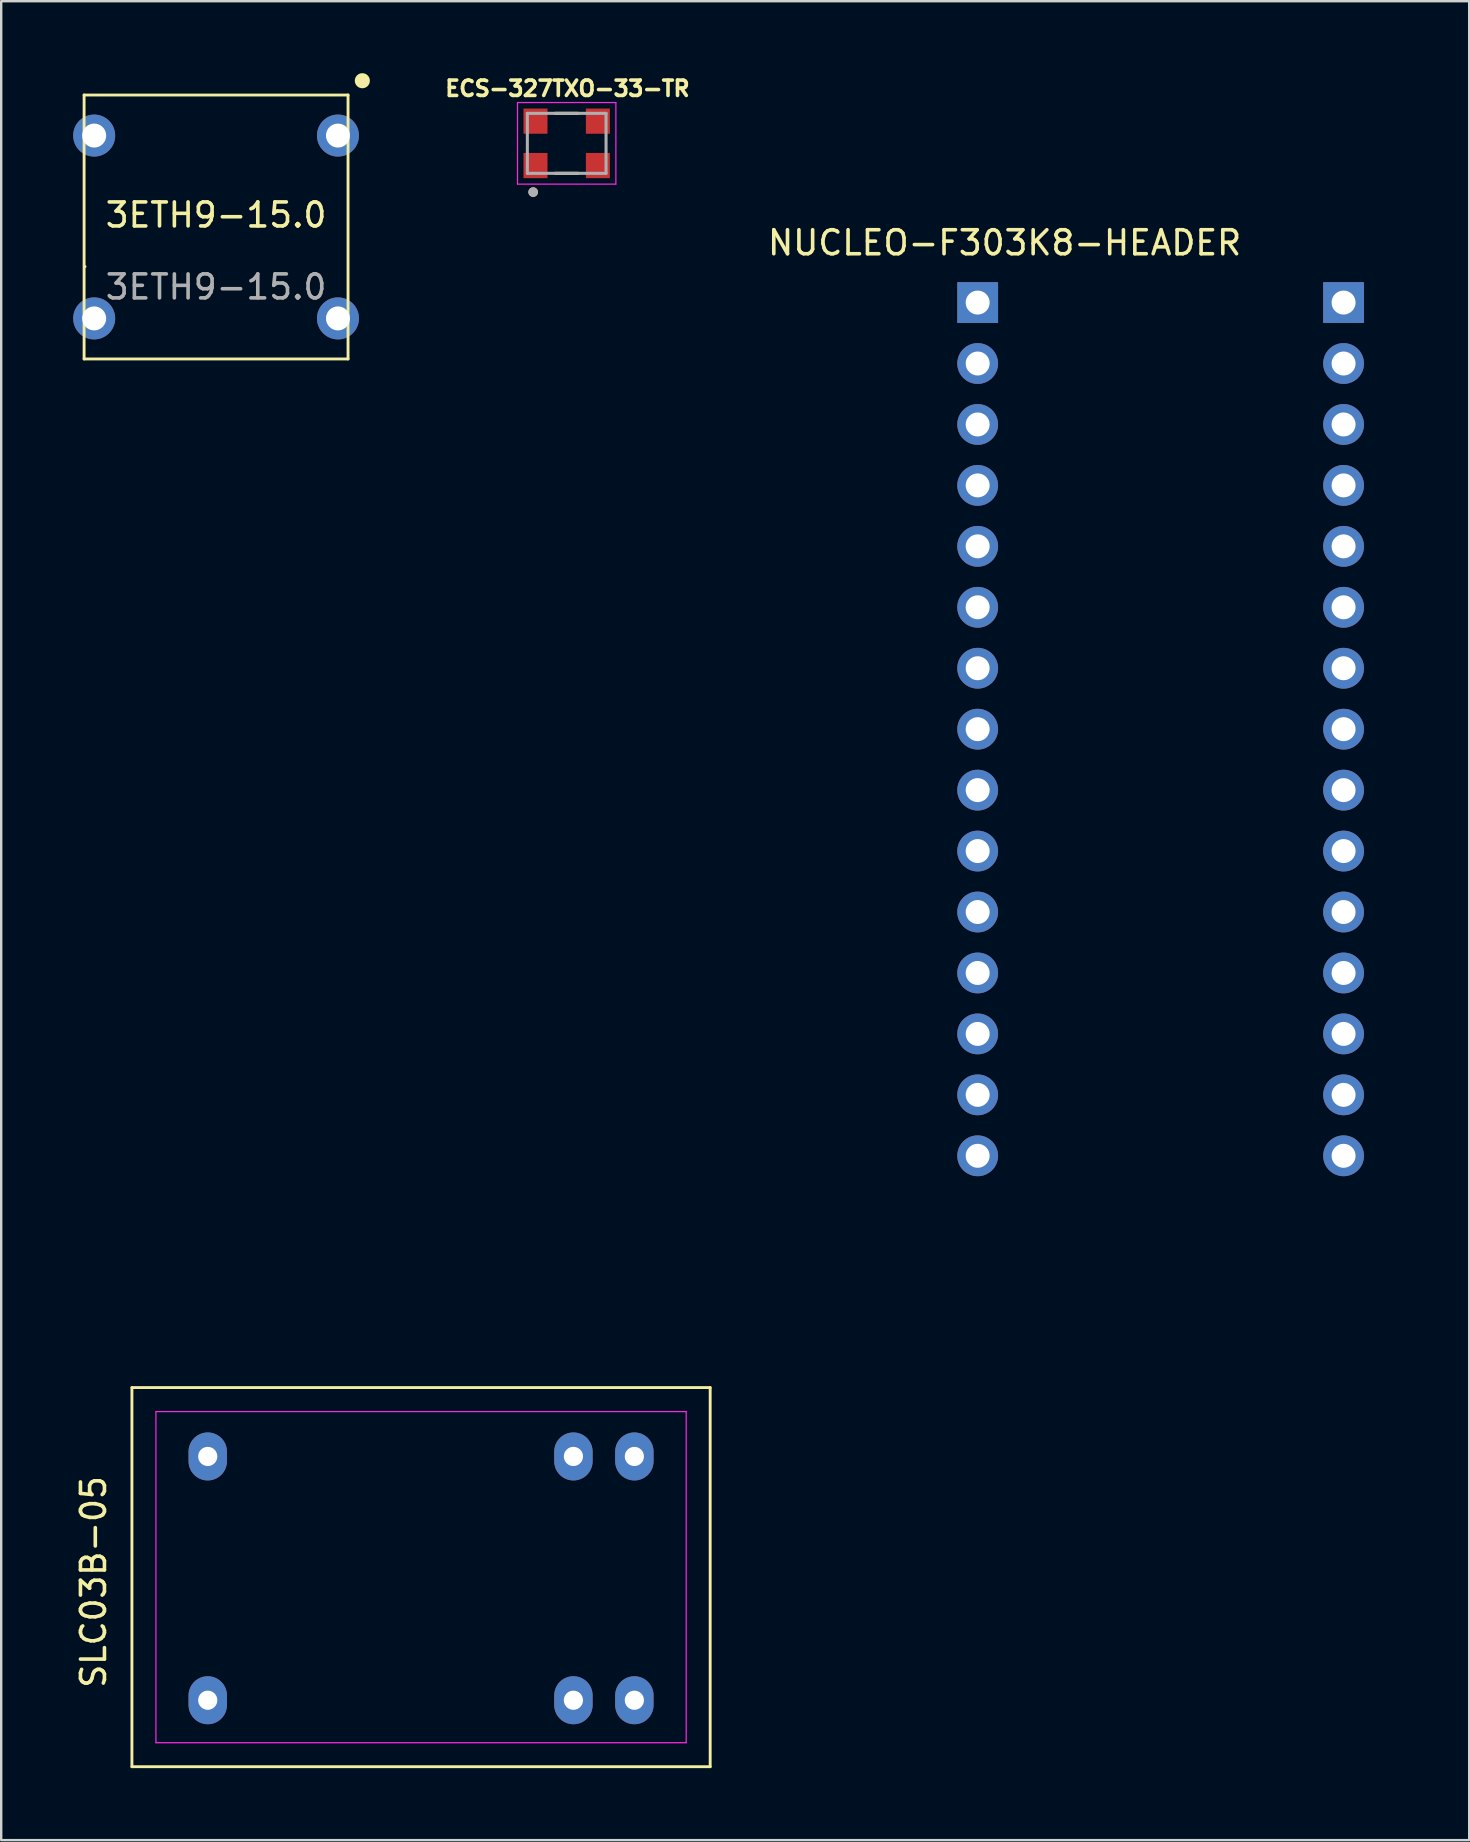
<source format=kicad_pcb>
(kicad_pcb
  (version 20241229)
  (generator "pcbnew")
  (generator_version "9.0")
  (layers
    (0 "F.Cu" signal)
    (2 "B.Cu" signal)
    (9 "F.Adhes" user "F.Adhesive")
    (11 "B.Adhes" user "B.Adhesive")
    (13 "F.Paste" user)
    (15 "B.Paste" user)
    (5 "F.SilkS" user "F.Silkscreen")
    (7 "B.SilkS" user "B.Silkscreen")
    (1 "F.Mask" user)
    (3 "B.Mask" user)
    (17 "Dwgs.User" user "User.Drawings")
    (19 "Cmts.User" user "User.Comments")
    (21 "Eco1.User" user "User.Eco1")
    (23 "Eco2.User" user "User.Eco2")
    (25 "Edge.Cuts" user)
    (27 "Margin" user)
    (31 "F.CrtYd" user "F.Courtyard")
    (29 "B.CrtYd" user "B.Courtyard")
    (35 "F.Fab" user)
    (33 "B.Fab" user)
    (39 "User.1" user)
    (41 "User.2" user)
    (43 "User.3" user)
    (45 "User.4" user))
  (footprint "SLC03B-05"
    (layer "F.Cu")
    (at 3.448 69.58)
    (property "Reference" "SLC03B-05" (at -2.6 -6.7 90) (layer "F.SilkS") (effects (font (size 1 1) (thickness 0.15))))
    (attr through_hole)
    (fp_line (start -1 -14.8) (end -1 1) (stroke (width 0.12) (type solid)) (layer "F.SilkS"))
    (fp_line (start -1 1) (end 23.1 1) (stroke (width 0.12) (type solid)) (layer "F.SilkS"))
    (fp_line (start 23.1 -14.8) (end -1 -14.8) (stroke (width 0.12) (type solid)) (layer "F.SilkS"))
    (fp_line (start 23.1 1) (end 23.1 -14.8) (stroke (width 0.12) (type solid)) (layer "F.SilkS"))
    (fp_line (start 0 -13.8) (end 0 0) (stroke (width 0.05) (type solid)) (layer "F.CrtYd"))
    (fp_line (start 22.1 -13.8) (end 0 -13.8) (stroke (width 0.05) (type solid)) (layer "F.CrtYd"))
    (fp_line (start 22.1 0) (end 0 0) (stroke (width 0.05) (type solid)) (layer "F.CrtYd"))
    (fp_line (start 22.1 0) (end 22.1 -13.8) (stroke (width 0.05) (type solid)) (layer "F.CrtYd"))
    (pad "1" thru_hole oval (at 2.16 -1.77) (size 1.6 2) (drill 0.8) (layers "*.Cu" "*.Mask"))
    (pad "7" thru_hole oval (at 17.4 -1.77) (size 1.6 2) (drill 0.8) (layers "*.Cu" "*.Mask"))
    (pad "8" thru_hole oval (at 19.94 -1.77) (size 1.6 2) (drill 0.8) (layers "*.Cu" "*.Mask"))
    (pad "9" thru_hole oval (at 19.94 -11.93) (size 1.6 2) (drill 0.8) (layers "*.Cu" "*.Mask"))
    (pad "10" thru_hole oval (at 17.4 -11.93) (size 1.6 2) (drill 0.8) (layers "*.Cu" "*.Mask"))
    (pad "16" thru_hole oval (at 2.16 -11.93) (size 1.6 2) (drill 0.8) (layers "*.Cu" "*.Mask")))
  (footprint "3ETH9-15.0"
    (layer "F.Cu")
    (at 5.955 6.41)
    (property "Reference" "3ETH9-15.0" (at 0 -0.5 0) (unlocked yes) (layer "F.SilkS") (effects (font (size 1 1) (thickness 0.15))))
    (attr through_hole)
    (fp_line (start -5.5 -5.5) (end -5.5 5.5) (stroke (width 0.12) (type default)) (layer "F.SilkS"))
    (fp_line (start -5.5 -5.5) (end 5.5 -5.5) (stroke (width 0.12) (type default)) (layer "F.SilkS"))
    (fp_line (start -5.5 5.5) (end 5.5 5.5) (stroke (width 0.12) (type default)) (layer "F.SilkS"))
    (fp_line (start -5.461 1.651) (end -5.461 1.651) (stroke (width 0.12) (type default)) (layer "F.SilkS"))
    (fp_line (start 5.5 -5.5) (end 5.5 5.5) (stroke (width 0.12) (type default)) (layer "F.SilkS"))
    (fp_circle (center 6.096 -6.096) (end 6.35 -6.096) (stroke (width 0.12) (type solid)) (fill yes) (layer "F.SilkS"))
    (fp_text user "${REFERENCE}" (at 0 2.5 0) (unlocked yes) (layer "F.Fab") (effects (font (size 1 1) (thickness 0.15))))
    (pad "1" thru_hole circle (at 5.08 -3.81) (size 1.75 1.75) (drill 1) (layers "*.Cu" "*.Mask"))
    (pad "2" thru_hole circle (at -5.08 -3.81) (size 1.75 1.75) (drill 1) (layers "*.Cu" "*.Mask"))
    (pad "3" thru_hole circle (at 5.08 3.81) (size 1.75 1.75) (drill 1) (layers "*.Cu" "*.Mask"))
    (pad "4" thru_hole circle (at -5.08 3.81) (size 1.75 1.75) (drill 1) (layers "*.Cu" "*.Mask")))
  (footprint "NUCLEO-F303K8-HEADER"
    (layer "F.Cu")
    (at 36.021 51.16)
    (property "Reference" "NUCLEO-F303K8-HEADER" (at 2.797 -44.091 0) (layer "F.SilkS") (effects (font (size 1 1) (thickness 0.15))))
    (attr through_hole)
    (fp_line (start 0 -50.6) (end 0 0) (stroke (width 0.12) (type solid)) (layer "Eco1.User"))
    (fp_line (start 0 0) (end 18.6 0) (stroke (width 0.12) (type solid)) (layer "Eco1.User"))
    (fp_line (start 18.6 -50.6) (end 0 -50.6) (stroke (width 0.12) (type solid)) (layer "Eco1.User"))
    (fp_line (start 18.6 0) (end 18.6 -50.6) (stroke (width 0.12) (type solid)) (layer "Eco1.User"))
    (fp_line (start -0.5 -51.1) (end -0.5 0.5) (stroke (width 0.12) (type solid)) (layer "User.1"))
    (fp_line (start -0.5 0.5) (end 19.1 0.5) (stroke (width 0.12) (type solid)) (layer "User.1"))
    (fp_line (start 19.1 -51.1) (end -0.5 -51.1) (stroke (width 0.12) (type solid)) (layer "User.1"))
    (fp_line (start 19.1 0.5) (end 19.1 -51.1) (stroke (width 0.12) (type solid)) (layer "User.1"))
    (pad "1" thru_hole rect (at 1.675 -41.6) (size 1.7 1.7) (drill 1) (layers "*.Cu" "*.Mask"))
    (pad "2" thru_hole circle (at 1.675 -39.06) (size 1.7 1.7) (drill 1) (layers "*.Cu" "*.Mask"))
    (pad "3" thru_hole circle (at 1.675 -36.52) (size 1.7 1.7) (drill 1) (layers "*.Cu" "*.Mask"))
    (pad "4" thru_hole circle (at 1.675 -33.98) (size 1.7 1.7) (drill 1) (layers "*.Cu" "*.Mask"))
    (pad "5" thru_hole circle (at 1.675 -31.44) (size 1.7 1.7) (drill 1) (layers "*.Cu" "*.Mask"))
    (pad "6" thru_hole circle (at 1.675 -28.9) (size 1.7 1.7) (drill 1) (layers "*.Cu" "*.Mask"))
    (pad "7" thru_hole circle (at 1.675 -26.36) (size 1.7 1.7) (drill 1) (layers "*.Cu" "*.Mask"))
    (pad "8" thru_hole circle (at 1.675 -23.82) (size 1.7 1.7) (drill 1) (layers "*.Cu" "*.Mask"))
    (pad "9" thru_hole circle (at 1.675 -21.28) (size 1.7 1.7) (drill 1) (layers "*.Cu" "*.Mask"))
    (pad "10" thru_hole circle (at 1.675 -18.74) (size 1.7 1.7) (drill 1) (layers "*.Cu" "*.Mask"))
    (pad "11" thru_hole circle (at 1.675 -16.2) (size 1.7 1.7) (drill 1) (layers "*.Cu" "*.Mask"))
    (pad "12" thru_hole circle (at 1.675 -13.66) (size 1.7 1.7) (drill 1) (layers "*.Cu" "*.Mask"))
    (pad "13" thru_hole circle (at 1.675 -11.12) (size 1.7 1.7) (drill 1) (layers "*.Cu" "*.Mask"))
    (pad "14" thru_hole circle (at 1.675 -8.58) (size 1.7 1.7) (drill 1) (layers "*.Cu" "*.Mask"))
    (pad "15" thru_hole circle (at 1.675 -6.04) (size 1.7 1.7) (drill 1) (layers "*.Cu" "*.Mask"))
    (pad "16" thru_hole rect (at 16.925 -41.6) (size 1.7 1.7) (drill 1) (layers "*.Cu" "*.Mask"))
    (pad "17" thru_hole circle (at 16.925 -39.06) (size 1.7 1.7) (drill 1) (layers "*.Cu" "*.Mask"))
    (pad "18" thru_hole circle (at 16.925 -36.52) (size 1.7 1.7) (drill 1) (layers "*.Cu" "*.Mask"))
    (pad "19" thru_hole circle (at 16.925 -33.98) (size 1.7 1.7) (drill 1) (layers "*.Cu" "*.Mask"))
    (pad "20" thru_hole circle (at 16.925 -31.44) (size 1.7 1.7) (drill 1) (layers "*.Cu" "*.Mask"))
    (pad "21" thru_hole circle (at 16.925 -28.9) (size 1.7 1.7) (drill 1) (layers "*.Cu" "*.Mask"))
    (pad "22" thru_hole circle (at 16.925 -26.36) (size 1.7 1.7) (drill 1) (layers "*.Cu" "*.Mask"))
    (pad "23" thru_hole circle (at 16.925 -23.82) (size 1.7 1.7) (drill 1) (layers "*.Cu" "*.Mask"))
    (pad "24" thru_hole circle (at 16.925 -21.28) (size 1.7 1.7) (drill 1) (layers "*.Cu" "*.Mask"))
    (pad "25" thru_hole circle (at 16.925 -18.74) (size 1.7 1.7) (drill 1) (layers "*.Cu" "*.Mask"))
    (pad "26" thru_hole circle (at 16.925 -16.2) (size 1.7 1.7) (drill 1) (layers "*.Cu" "*.Mask"))
    (pad "27" thru_hole circle (at 16.925 -13.66) (size 1.7 1.7) (drill 1) (layers "*.Cu" "*.Mask"))
    (pad "28" thru_hole circle (at 16.925 -11.12) (size 1.7 1.7) (drill 1) (layers "*.Cu" "*.Mask"))
    (pad "29" thru_hole circle (at 16.925 -8.58) (size 1.7 1.7) (drill 1) (layers "*.Cu" "*.Mask"))
    (pad "30" thru_hole circle (at 16.925 -6.04) (size 1.7 1.7) (drill 1) (layers "*.Cu" "*.Mask")))
  (footprint "ECS-327TXO-33-TR"
    (layer "F.Cu")
    (at 20.568 2.924)
    (property "Reference" "ECS-327TXO-33-TR" (at 0.032 -2.286 0) (layer "F.SilkS") (effects (font (size 0.64 0.64) (thickness 0.15))))
    (attr smd)
    (fp_line (start -0.48 -1.25) (end 0.48 -1.25) (stroke (width 0.127) (type solid)) (layer "F.SilkS"))
    (fp_line (start 0.48 1.25) (end -0.48 1.25) (stroke (width 0.127) (type solid)) (layer "F.SilkS"))
    (fp_circle (center -1.397 2.032) (end -1.297 2.032) (stroke (width 0.2) (type solid)) (fill no) (layer "F.SilkS"))
    (fp_line (start -2.05 -1.7) (end 2.05 -1.7) (stroke (width 0.05) (type solid)) (layer "F.CrtYd"))
    (fp_line (start -2.05 1.7) (end -2.05 -1.7) (stroke (width 0.05) (type solid)) (layer "F.CrtYd"))
    (fp_line (start 2.05 -1.7) (end 2.05 1.7) (stroke (width 0.05) (type solid)) (layer "F.CrtYd"))
    (fp_line (start 2.05 1.7) (end -2.05 1.7) (stroke (width 0.05) (type solid)) (layer "F.CrtYd"))
    (fp_line (start -1.64 -1.25) (end 1.64 -1.25) (stroke (width 0.127) (type solid)) (layer "F.Fab"))
    (fp_line (start -1.64 1.25) (end -1.64 -1.25) (stroke (width 0.127) (type solid)) (layer "F.Fab"))
    (fp_line (start 1.64 -1.25) (end 1.64 1.25) (stroke (width 0.127) (type solid)) (layer "F.Fab"))
    (fp_line (start 1.64 1.25) (end -1.64 1.25) (stroke (width 0.127) (type solid)) (layer "F.Fab"))
    (fp_circle (center -1.397 2.032) (end -1.297 2.032) (stroke (width 0.2) (type solid)) (fill no) (layer "F.Fab"))
    (pad "1" smd rect (at -1.3 0.925 90) (size 1.05 1) (layers "F.Cu" "F.Mask" "F.Paste"))
    (pad "2" smd rect (at 1.3 0.925 90) (size 1.05 1) (layers "F.Cu" "F.Mask" "F.Paste"))
    (pad "3" smd rect (at 1.3 -0.925 90) (size 1.05 1) (layers "F.Cu" "F.Mask" "F.Paste"))
    (pad "4" smd rect (at -1.3 -0.925 90) (size 1.05 1) (layers "F.Cu" "F.Mask" "F.Paste")))
  (gr_rect
    (start -3 -3)
    (end 58.181 73.64)
    (stroke (width 0.1) (type default))
    (fill no)
    (layer "Edge.Cuts")))
</source>
